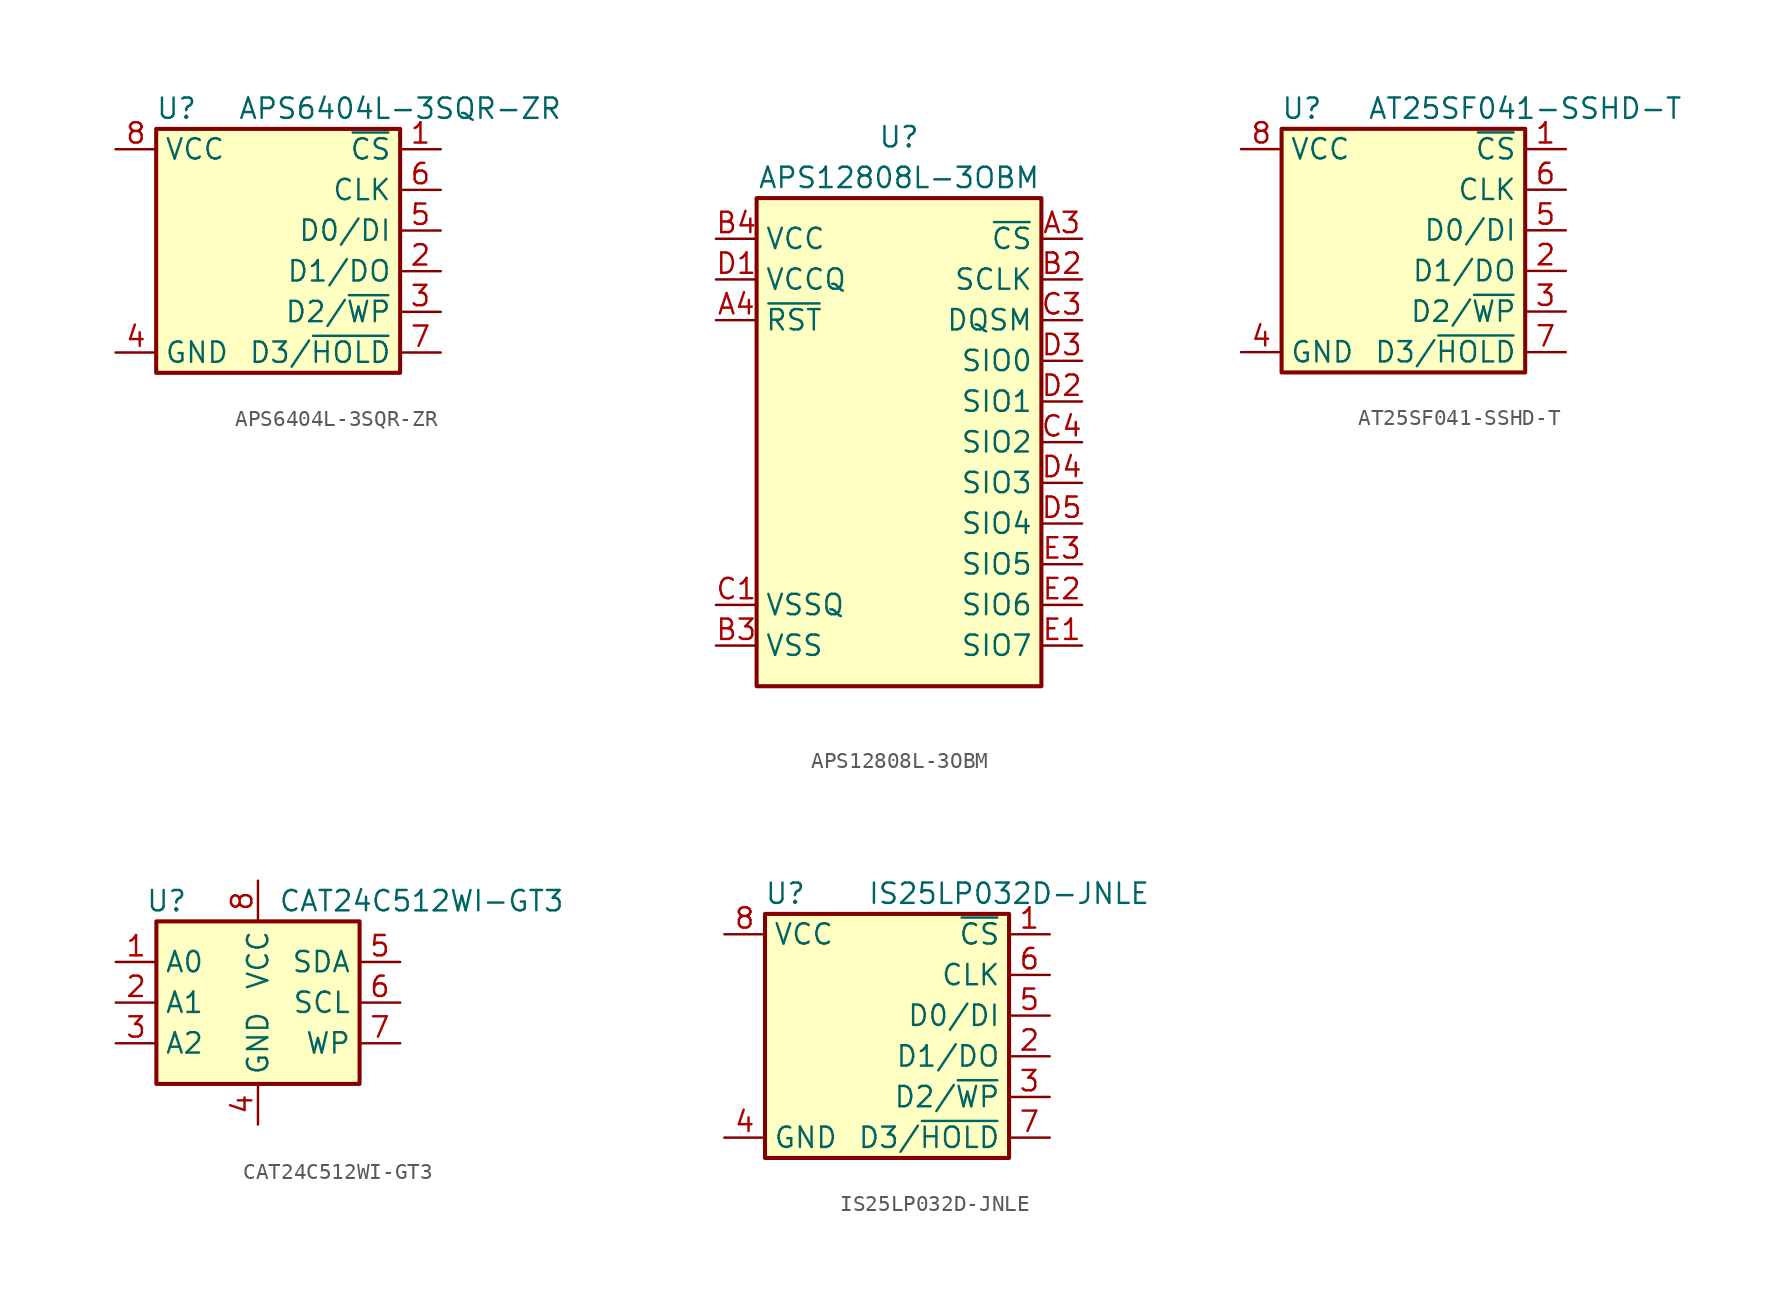
<source format=kicad_sym>
(kicad_symbol_lib
  (version 20241209)
  (generator "kicad_symbol_editor")
  (generator_version "9.0")
  (symbol "APS6404L-3SQR-ZR"
    (property "Reference" "U"
      (at -6.35 10.16 0)
      (effects (font (size 1.27 1.27))))
    (property "Value" "APS6404L-3SQR-ZR"
      (at 7.62 10.16 0)
      (effects (font (size 1.27 1.27))))
    (symbol "APS6404L-3SQR-ZR_0_1"
      (rectangle (start -7.62 8.89) (end 7.62 -6.35) (stroke (width 0.254) (type default)) (fill (type background))))
    (symbol "APS6404L-3SQR-ZR_1_1"
      (pin power_in line (at -10.16 7.62 0) (length 2.54) (name "VCC" (effects (font (size 1.27 1.27)))) (number "8" (effects (font (size 1.27 1.27)))))
      (pin power_in line (at -10.16 -5.08 0) (length 2.54) (name "GND" (effects (font (size 1.27 1.27)))) (number "4" (effects (font (size 1.27 1.27)))))
      (pin power_in line (at -10.16 -5.08 0) (length 2.54) (hide yes) (name "GND" (effects (font (size 1.27 1.27)))) (number "9" (effects (font (size 1.27 1.27)))))
      (pin input line (at 10.16 7.62 180) (length 2.54) (name "~{CS}" (effects (font (size 1.27 1.27)))) (number "1" (effects (font (size 1.27 1.27)))))
      (pin input line (at 10.16 5.08 180) (length 2.54) (name "CLK" (effects (font (size 1.27 1.27)))) (number "6" (effects (font (size 1.27 1.27)))))
      (pin bidirectional line (at 10.16 2.54 180) (length 2.54) (name "D0/DI" (effects (font (size 1.27 1.27)))) (number "5" (effects (font (size 1.27 1.27)))))
      (pin bidirectional line (at 10.16 0 180) (length 2.54) (name "D1/DO" (effects (font (size 1.27 1.27)))) (number "2" (effects (font (size 1.27 1.27)))))
      (pin bidirectional line (at 10.16 -2.54 180) (length 2.54) (name "D2/~{WP}" (effects (font (size 1.27 1.27)))) (number "3" (effects (font (size 1.27 1.27)))))
      (pin bidirectional line (at 10.16 -5.08 180) (length 2.54) (name "D3/~{HOLD}" (effects (font (size 1.27 1.27)))) (number "7" (effects (font (size 1.27 1.27)))))))
  (symbol "APS12808L-3OBM"
    (property "Reference" "U"
      (at 0 19.05 0)
      (effects (font (size 1.27 1.27))))
    (property "Value" "APS12808L-3OBM"
      (at 0 16.51 0)
      (effects (font (size 1.27 1.27))))
    (symbol "APS12808L-3OBM_1_1"
      (rectangle (start -8.89 15.24) (end 8.89 -15.24) (stroke (width 0.254) (type default)) (fill (type background)))
      (pin power_in line (at -11.43 12.7 0) (length 2.54) (name "VCC" (effects (font (size 1.27 1.27)))) (number "B4" (effects (font (size 1.27 1.27)))))
      (pin power_in line (at -11.43 10.16 0) (length 2.54) (name "VCCQ" (effects (font (size 1.27 1.27)))) (number "D1" (effects (font (size 1.27 1.27)))))
      (pin power_in line (at -11.43 10.16 0) (length 2.54) (hide yes) (name "VCCQ" (effects (font (size 1.27 1.27)))) (number "E4" (effects (font (size 1.27 1.27)))))
      (pin input line (at -11.43 7.62 0) (length 2.54) (name "~{RST}" (effects (font (size 1.27 1.27)))) (number "A4" (effects (font (size 1.27 1.27)))))
      (pin no_connect line (at -11.43 5.08 0) (length 2.54) (hide yes) (name "NC" (effects (font (size 1.27 1.27)))) (number "A2" (effects (font (size 1.27 1.27)))))
      (pin no_connect line (at -11.43 2.54 0) (length 2.54) (hide yes) (name "NC" (effects (font (size 1.27 1.27)))) (number "A5" (effects (font (size 1.27 1.27)))))
      (pin no_connect line (at -11.43 0 0) (length 2.54) (hide yes) (name "NC" (effects (font (size 1.27 1.27)))) (number "B1" (effects (font (size 1.27 1.27)))))
      (pin no_connect line (at -11.43 -2.54 0) (length 2.54) (hide yes) (name "NC" (effects (font (size 1.27 1.27)))) (number "B5" (effects (font (size 1.27 1.27)))))
      (pin no_connect line (at -11.43 -5.08 0) (length 2.54) (hide yes) (name "NC" (effects (font (size 1.27 1.27)))) (number "C5" (effects (font (size 1.27 1.27)))))
      (pin no_connect line (at -11.43 -7.62 0) (length 2.54) (hide yes) (name "RFU" (effects (font (size 1.27 1.27)))) (number "C2" (effects (font (size 1.27 1.27)))))
      (pin power_in line (at -11.43 -10.16 0) (length 2.54) (name "VSSQ" (effects (font (size 1.27 1.27)))) (number "C1" (effects (font (size 1.27 1.27)))))
      (pin power_in line (at -11.43 -10.16 0) (length 2.54) (hide yes) (name "VSSQ" (effects (font (size 1.27 1.27)))) (number "E5" (effects (font (size 1.27 1.27)))))
      (pin power_in line (at -11.43 -12.7 0) (length 2.54) (name "VSS" (effects (font (size 1.27 1.27)))) (number "B3" (effects (font (size 1.27 1.27)))))
      (pin input line (at 11.43 12.7 180) (length 2.54) (name "~{CS}" (effects (font (size 1.27 1.27)))) (number "A3" (effects (font (size 1.27 1.27)))))
      (pin input line (at 11.43 10.16 180) (length 2.54) (name "SCLK" (effects (font (size 1.27 1.27)))) (number "B2" (effects (font (size 1.27 1.27)))))
      (pin bidirectional line (at 11.43 7.62 180) (length 2.54) (name "DQSM" (effects (font (size 1.27 1.27)))) (number "C3" (effects (font (size 1.27 1.27)))))
      (pin input line (at 11.43 5.08 180) (length 2.54) (name "SIO0" (effects (font (size 1.27 1.27)))) (number "D3" (effects (font (size 1.27 1.27)))))
      (pin input line (at 11.43 2.54 180) (length 2.54) (name "SIO1" (effects (font (size 1.27 1.27)))) (number "D2" (effects (font (size 1.27 1.27)))))
      (pin input line (at 11.43 0 180) (length 2.54) (name "SIO2" (effects (font (size 1.27 1.27)))) (number "C4" (effects (font (size 1.27 1.27)))))
      (pin input line (at 11.43 -2.54 180) (length 2.54) (name "SIO3" (effects (font (size 1.27 1.27)))) (number "D4" (effects (font (size 1.27 1.27)))))
      (pin input line (at 11.43 -5.08 180) (length 2.54) (name "SIO4" (effects (font (size 1.27 1.27)))) (number "D5" (effects (font (size 1.27 1.27)))))
      (pin input line (at 11.43 -7.62 180) (length 2.54) (name "SIO5" (effects (font (size 1.27 1.27)))) (number "E3" (effects (font (size 1.27 1.27)))))
      (pin input line (at 11.43 -10.16 180) (length 2.54) (name "SIO6" (effects (font (size 1.27 1.27)))) (number "E2" (effects (font (size 1.27 1.27)))))
      (pin input line (at 11.43 -12.7 180) (length 2.54) (name "SIO7" (effects (font (size 1.27 1.27)))) (number "E1" (effects (font (size 1.27 1.27)))))))
  (symbol "AT25SF041-SSHD-T"
    (property "Reference" "U"
      (at -6.35 10.16 0)
      (effects (font (size 1.27 1.27))))
    (property "Value" "AT25SF041-SSHD-T"
      (at 7.62 10.16 0)
      (effects (font (size 1.27 1.27))))
    (symbol "AT25SF041-SSHD-T_0_1"
      (rectangle (start -7.62 8.89) (end 7.62 -6.35) (stroke (width 0.254) (type default)) (fill (type background))))
    (symbol "AT25SF041-SSHD-T_1_1"
      (pin power_in line (at -10.16 7.62 0) (length 2.54) (name "VCC" (effects (font (size 1.27 1.27)))) (number "8" (effects (font (size 1.27 1.27)))))
      (pin power_in line (at -10.16 -5.08 0) (length 2.54) (name "GND" (effects (font (size 1.27 1.27)))) (number "4" (effects (font (size 1.27 1.27)))))
      (pin input line (at 10.16 7.62 180) (length 2.54) (name "~{CS}" (effects (font (size 1.27 1.27)))) (number "1" (effects (font (size 1.27 1.27)))))
      (pin input line (at 10.16 5.08 180) (length 2.54) (name "CLK" (effects (font (size 1.27 1.27)))) (number "6" (effects (font (size 1.27 1.27)))))
      (pin bidirectional line (at 10.16 2.54 180) (length 2.54) (name "D0/DI" (effects (font (size 1.27 1.27)))) (number "5" (effects (font (size 1.27 1.27)))))
      (pin bidirectional line (at 10.16 0 180) (length 2.54) (name "D1/DO" (effects (font (size 1.27 1.27)))) (number "2" (effects (font (size 1.27 1.27)))))
      (pin bidirectional line (at 10.16 -2.54 180) (length 2.54) (name "D2/~{WP}" (effects (font (size 1.27 1.27)))) (number "3" (effects (font (size 1.27 1.27)))))
      (pin bidirectional line (at 10.16 -5.08 180) (length 2.54) (name "D3/~{HOLD}" (effects (font (size 1.27 1.27)))) (number "7" (effects (font (size 1.27 1.27)))))))
  (symbol "CAT24C512WI-GT3"
    (property "Reference" "U"
      (at -5.715 6.35 0)
      (effects (font (size 1.27 1.27))))
    (property "Value" "CAT24C512WI-GT3"
      (at 1.27 6.35 0)
      (effects (font (size 1.27 1.27)) (justify left)))
    (symbol "CAT24C512WI-GT3_1_1"
      (rectangle (start -6.35 5.08) (end 6.35 -5.08) (stroke (width 0.254) (type default)) (fill (type background)))
      (pin input line (at -8.89 2.54 0) (length 2.54) (name "A0" (effects (font (size 1.27 1.27)))) (number "1" (effects (font (size 1.27 1.27)))))
      (pin input line (at -8.89 0 0) (length 2.54) (name "A1" (effects (font (size 1.27 1.27)))) (number "2" (effects (font (size 1.27 1.27)))))
      (pin input line (at -8.89 -2.54 0) (length 2.54) (name "A2" (effects (font (size 1.27 1.27)))) (number "3" (effects (font (size 1.27 1.27)))))
      (pin power_in line (at 0 7.62 270) (length 2.54) (name "VCC" (effects (font (size 1.27 1.27)))) (number "8" (effects (font (size 1.27 1.27)))))
      (pin power_in line (at 0 -7.62 90) (length 2.54) (name "GND" (effects (font (size 1.27 1.27)))) (number "4" (effects (font (size 1.27 1.27)))))
      (pin bidirectional line (at 8.89 2.54 180) (length 2.54) (name "SDA" (effects (font (size 1.27 1.27)))) (number "5" (effects (font (size 1.27 1.27)))))
      (pin input line (at 8.89 0 180) (length 2.54) (name "SCL" (effects (font (size 1.27 1.27)))) (number "6" (effects (font (size 1.27 1.27)))))
      (pin input line (at 8.89 -2.54 180) (length 2.54) (name "WP" (effects (font (size 1.27 1.27)))) (number "7" (effects (font (size 1.27 1.27)))))))
  (symbol "IS25LP032D-JNLE"
    (property "Reference" "U"
      (at -6.35 10.16 0)
      (effects (font (size 1.27 1.27))))
    (property "Value" "IS25LP032D-JNLE"
      (at 7.62 10.16 0)
      (effects (font (size 1.27 1.27))))
    (symbol "IS25LP032D-JNLE_0_1"
      (rectangle (start -7.62 8.89) (end 7.62 -6.35) (stroke (width 0.254) (type default)) (fill (type background))))
    (symbol "IS25LP032D-JNLE_1_1"
      (pin power_in line (at -10.16 7.62 0) (length 2.54) (name "VCC" (effects (font (size 1.27 1.27)))) (number "8" (effects (font (size 1.27 1.27)))))
      (pin power_in line (at -10.16 -5.08 0) (length 2.54) (name "GND" (effects (font (size 1.27 1.27)))) (number "4" (effects (font (size 1.27 1.27)))))
      (pin input line (at 10.16 7.62 180) (length 2.54) (name "~{CS}" (effects (font (size 1.27 1.27)))) (number "1" (effects (font (size 1.27 1.27)))))
      (pin input line (at 10.16 5.08 180) (length 2.54) (name "CLK" (effects (font (size 1.27 1.27)))) (number "6" (effects (font (size 1.27 1.27)))))
      (pin bidirectional line (at 10.16 2.54 180) (length 2.54) (name "D0/DI" (effects (font (size 1.27 1.27)))) (number "5" (effects (font (size 1.27 1.27)))))
      (pin bidirectional line (at 10.16 0 180) (length 2.54) (name "D1/DO" (effects (font (size 1.27 1.27)))) (number "2" (effects (font (size 1.27 1.27)))))
      (pin bidirectional line (at 10.16 -2.54 180) (length 2.54) (name "D2/~{WP}" (effects (font (size 1.27 1.27)))) (number "3" (effects (font (size 1.27 1.27)))))
      (pin bidirectional line (at 10.16 -5.08 180) (length 2.54) (name "D3/~{HOLD}" (effects (font (size 1.27 1.27)))) (number "7" (effects (font (size 1.27 1.27))))))))
</source>
